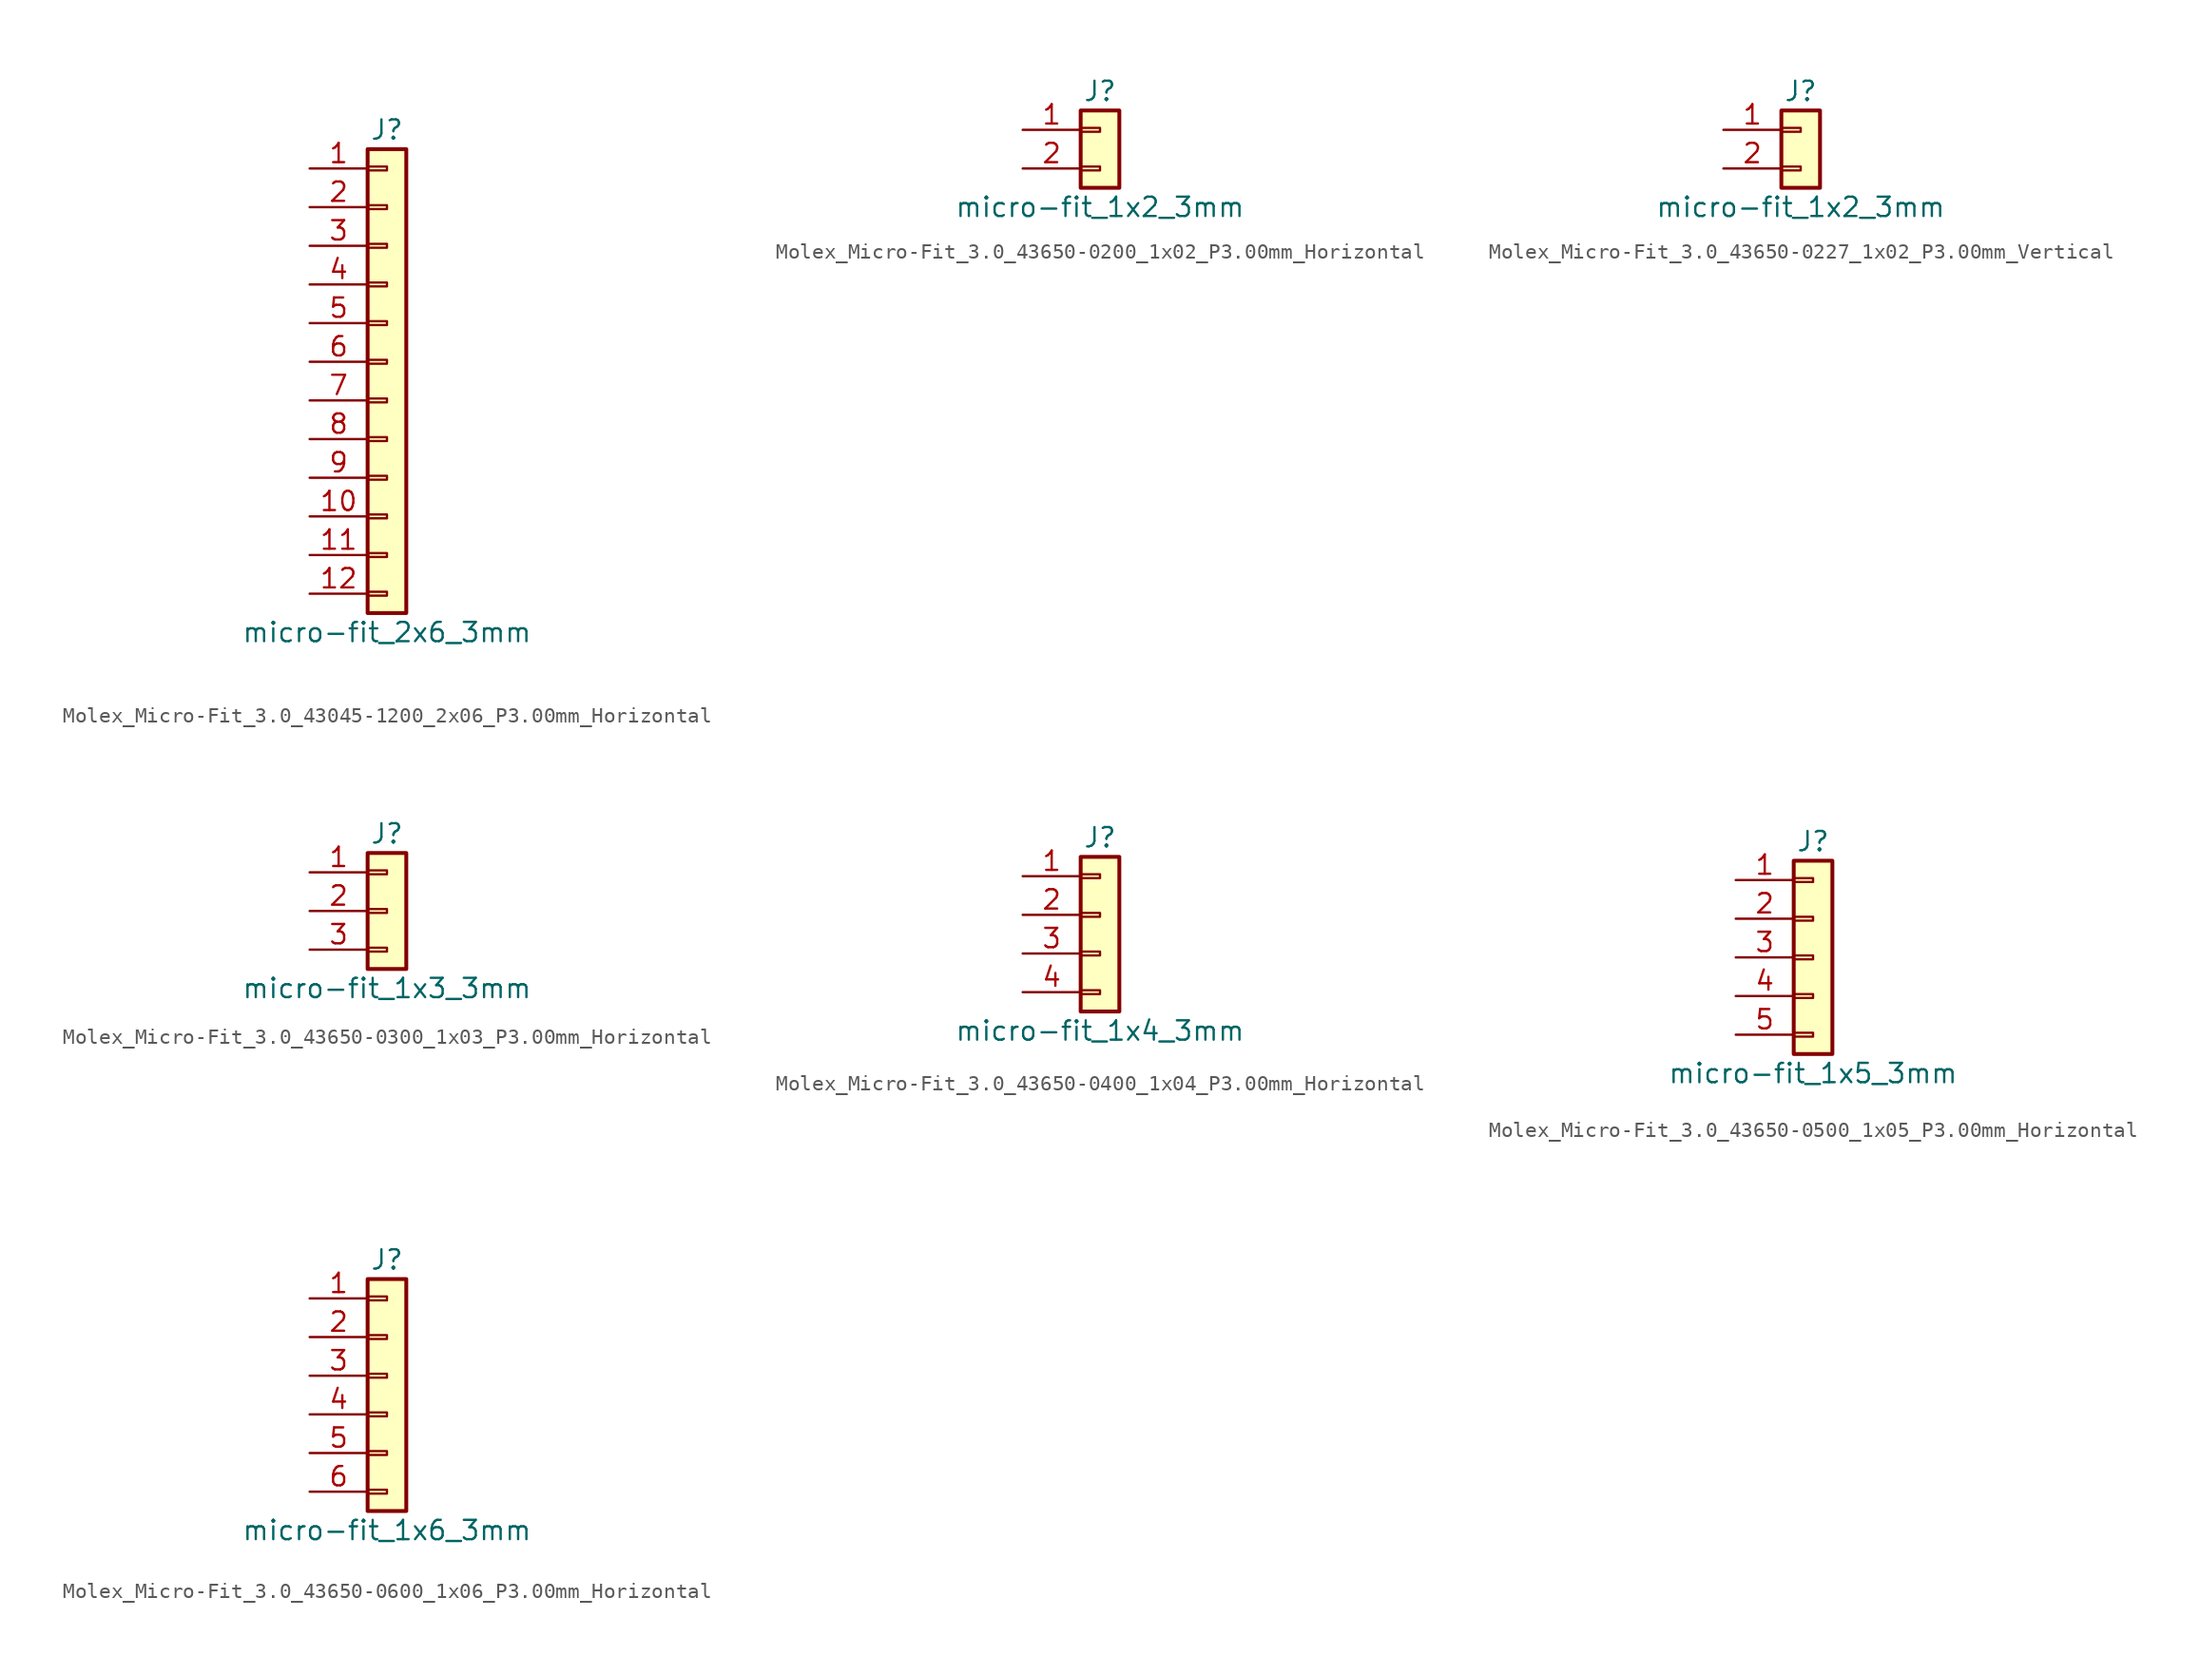
<source format=kicad_sym>
(kicad_symbol_lib
  (version 20220914)
  (generator kicad_symbol_editor)
  (symbol "Molex_Micro-Fit_3.0_43045-1200_2x06_P3.00mm_Horizontal"
    (pin_names
      (offset 1.016) hide)
    (property "Reference" "J"
      (at 0 15.24 0)
      (effects (font (size 1.27 1.27))))
    (property "Value" "micro-fit_2x6_3mm"
      (at 0 -17.78 0)
      (effects (font (size 1.27 1.27))))
    (symbol "Molex_Micro-Fit_3.0_43045-1200_2x06_P3.00mm_Horizontal_1_1"
      (rectangle (start -1.27 -15.113) (end 0 -15.367) (stroke (width 0.152) (type default)) (fill (type none)))
      (rectangle (start -1.27 -12.573) (end 0 -12.827) (stroke (width 0.152) (type default)) (fill (type none)))
      (rectangle (start -1.27 -10.033) (end 0 -10.287) (stroke (width 0.152) (type default)) (fill (type none)))
      (rectangle (start -1.27 -7.493) (end 0 -7.747) (stroke (width 0.152) (type default)) (fill (type none)))
      (rectangle (start -1.27 -4.953) (end 0 -5.207) (stroke (width 0.152) (type default)) (fill (type none)))
      (rectangle (start -1.27 -2.413) (end 0 -2.667) (stroke (width 0.152) (type default)) (fill (type none)))
      (rectangle (start -1.27 0.127) (end 0 -0.127) (stroke (width 0.152) (type default)) (fill (type none)))
      (rectangle (start -1.27 2.667) (end 0 2.413) (stroke (width 0.152) (type default)) (fill (type none)))
      (rectangle (start -1.27 5.207) (end 0 4.953) (stroke (width 0.152) (type default)) (fill (type none)))
      (rectangle (start -1.27 7.747) (end 0 7.493) (stroke (width 0.152) (type default)) (fill (type none)))
      (rectangle (start -1.27 10.287) (end 0 10.033) (stroke (width 0.152) (type default)) (fill (type none)))
      (rectangle (start -1.27 12.827) (end 0 12.573) (stroke (width 0.152) (type default)) (fill (type none)))
      (rectangle (start -1.27 13.97) (end 1.27 -16.51) (stroke (width 0.254) (type default)) (fill (type background)))
      (pin passive line (at -5.08 12.7 0) (length 3.81) (name "Pin_1" (effects (font (size 1.27 1.27)))) (number "1" (effects (font (size 1.27 1.27)))))
      (pin passive line (at -5.08 -10.16 0) (length 3.81) (name "Pin_10" (effects (font (size 1.27 1.27)))) (number "10" (effects (font (size 1.27 1.27)))))
      (pin passive line (at -5.08 -12.7 0) (length 3.81) (name "Pin_11" (effects (font (size 1.27 1.27)))) (number "11" (effects (font (size 1.27 1.27)))))
      (pin passive line (at -5.08 -15.24 0) (length 3.81) (name "Pin_12" (effects (font (size 1.27 1.27)))) (number "12" (effects (font (size 1.27 1.27)))))
      (pin passive line (at -5.08 10.16 0) (length 3.81) (name "Pin_2" (effects (font (size 1.27 1.27)))) (number "2" (effects (font (size 1.27 1.27)))))
      (pin passive line (at -5.08 7.62 0) (length 3.81) (name "Pin_3" (effects (font (size 1.27 1.27)))) (number "3" (effects (font (size 1.27 1.27)))))
      (pin passive line (at -5.08 5.08 0) (length 3.81) (name "Pin_4" (effects (font (size 1.27 1.27)))) (number "4" (effects (font (size 1.27 1.27)))))
      (pin passive line (at -5.08 2.54 0) (length 3.81) (name "Pin_5" (effects (font (size 1.27 1.27)))) (number "5" (effects (font (size 1.27 1.27)))))
      (pin passive line (at -5.08 0 0) (length 3.81) (name "Pin_6" (effects (font (size 1.27 1.27)))) (number "6" (effects (font (size 1.27 1.27)))))
      (pin passive line (at -5.08 -2.54 0) (length 3.81) (name "Pin_7" (effects (font (size 1.27 1.27)))) (number "7" (effects (font (size 1.27 1.27)))))
      (pin passive line (at -5.08 -5.08 0) (length 3.81) (name "Pin_8" (effects (font (size 1.27 1.27)))) (number "8" (effects (font (size 1.27 1.27)))))
      (pin passive line (at -5.08 -7.62 0) (length 3.81) (name "Pin_9" (effects (font (size 1.27 1.27)))) (number "9" (effects (font (size 1.27 1.27)))))))
  (symbol "Molex_Micro-Fit_3.0_43650-0200_1x02_P3.00mm_Horizontal"
    (pin_names
      (offset 1.016) hide)
    (property "Reference" "J"
      (at 0 2.54 0)
      (effects (font (size 1.27 1.27))))
    (property "Value" "micro-fit_1x2_3mm"
      (at 0 -5.08 0)
      (effects (font (size 1.27 1.27))))
    (symbol "Molex_Micro-Fit_3.0_43650-0200_1x02_P3.00mm_Horizontal_1_1"
      (rectangle (start -1.27 -2.413) (end 0 -2.667) (stroke (width 0.152) (type default)) (fill (type none)))
      (rectangle (start -1.27 0.127) (end 0 -0.127) (stroke (width 0.152) (type default)) (fill (type none)))
      (rectangle (start -1.27 1.27) (end 1.27 -3.81) (stroke (width 0.254) (type default)) (fill (type background)))
      (pin passive line (at -5.08 0 0) (length 3.81) (name "Pin_1" (effects (font (size 1.27 1.27)))) (number "1" (effects (font (size 1.27 1.27)))))
      (pin passive line (at -5.08 -2.54 0) (length 3.81) (name "Pin_2" (effects (font (size 1.27 1.27)))) (number "2" (effects (font (size 1.27 1.27)))))))
  (symbol "Molex_Micro-Fit_3.0_43650-0227_1x02_P3.00mm_Vertical"
    (pin_names
      (offset 1.016) hide)
    (property "Reference" "J"
      (at 0 2.54 0)
      (effects (font (size 1.27 1.27))))
    (property "Value" "micro-fit_1x2_3mm"
      (at 0 -5.08 0)
      (effects (font (size 1.27 1.27))))
    (symbol "Molex_Micro-Fit_3.0_43650-0227_1x02_P3.00mm_Vertical_1_1"
      (rectangle (start -1.27 -2.413) (end 0 -2.667) (stroke (width 0.152) (type default)) (fill (type none)))
      (rectangle (start -1.27 0.127) (end 0 -0.127) (stroke (width 0.152) (type default)) (fill (type none)))
      (rectangle (start -1.27 1.27) (end 1.27 -3.81) (stroke (width 0.254) (type default)) (fill (type background)))
      (pin passive line (at -5.08 0 0) (length 3.81) (name "Pin_1" (effects (font (size 1.27 1.27)))) (number "1" (effects (font (size 1.27 1.27)))))
      (pin passive line (at -5.08 -2.54 0) (length 3.81) (name "Pin_2" (effects (font (size 1.27 1.27)))) (number "2" (effects (font (size 1.27 1.27)))))))
  (symbol "Molex_Micro-Fit_3.0_43650-0300_1x03_P3.00mm_Horizontal"
    (pin_names
      (offset 1.016) hide)
    (property "Reference" "J"
      (at 0 5.08 0)
      (effects (font (size 1.27 1.27))))
    (property "Value" "micro-fit_1x3_3mm"
      (at 0 -5.08 0)
      (effects (font (size 1.27 1.27))))
    (symbol "Molex_Micro-Fit_3.0_43650-0300_1x03_P3.00mm_Horizontal_1_1"
      (rectangle (start -1.27 -2.413) (end 0 -2.667) (stroke (width 0.152) (type default)) (fill (type none)))
      (rectangle (start -1.27 0.127) (end 0 -0.127) (stroke (width 0.152) (type default)) (fill (type none)))
      (rectangle (start -1.27 2.667) (end 0 2.413) (stroke (width 0.152) (type default)) (fill (type none)))
      (rectangle (start -1.27 3.81) (end 1.27 -3.81) (stroke (width 0.254) (type default)) (fill (type background)))
      (pin passive line (at -5.08 2.54 0) (length 3.81) (name "Pin_1" (effects (font (size 1.27 1.27)))) (number "1" (effects (font (size 1.27 1.27)))))
      (pin passive line (at -5.08 0 0) (length 3.81) (name "Pin_2" (effects (font (size 1.27 1.27)))) (number "2" (effects (font (size 1.27 1.27)))))
      (pin passive line (at -5.08 -2.54 0) (length 3.81) (name "Pin_3" (effects (font (size 1.27 1.27)))) (number "3" (effects (font (size 1.27 1.27)))))))
  (symbol "Molex_Micro-Fit_3.0_43650-0400_1x04_P3.00mm_Horizontal"
    (pin_names
      (offset 1.016) hide)
    (property "Reference" "J"
      (at 0 5.08 0)
      (effects (font (size 1.27 1.27))))
    (property "Value" "micro-fit_1x4_3mm"
      (at 0 -7.62 0)
      (effects (font (size 1.27 1.27))))
    (symbol "Molex_Micro-Fit_3.0_43650-0400_1x04_P3.00mm_Horizontal_1_1"
      (rectangle (start -1.27 -4.953) (end 0 -5.207) (stroke (width 0.152) (type default)) (fill (type none)))
      (rectangle (start -1.27 -2.413) (end 0 -2.667) (stroke (width 0.152) (type default)) (fill (type none)))
      (rectangle (start -1.27 0.127) (end 0 -0.127) (stroke (width 0.152) (type default)) (fill (type none)))
      (rectangle (start -1.27 2.667) (end 0 2.413) (stroke (width 0.152) (type default)) (fill (type none)))
      (rectangle (start -1.27 3.81) (end 1.27 -6.35) (stroke (width 0.254) (type default)) (fill (type background)))
      (pin passive line (at -5.08 2.54 0) (length 3.81) (name "Pin_1" (effects (font (size 1.27 1.27)))) (number "1" (effects (font (size 1.27 1.27)))))
      (pin passive line (at -5.08 0 0) (length 3.81) (name "Pin_2" (effects (font (size 1.27 1.27)))) (number "2" (effects (font (size 1.27 1.27)))))
      (pin passive line (at -5.08 -2.54 0) (length 3.81) (name "Pin_3" (effects (font (size 1.27 1.27)))) (number "3" (effects (font (size 1.27 1.27)))))
      (pin passive line (at -5.08 -5.08 0) (length 3.81) (name "Pin_4" (effects (font (size 1.27 1.27)))) (number "4" (effects (font (size 1.27 1.27)))))))
  (symbol "Molex_Micro-Fit_3.0_43650-0500_1x05_P3.00mm_Horizontal"
    (pin_names
      (offset 1.016) hide)
    (property "Reference" "J"
      (at 0 7.62 0)
      (effects (font (size 1.27 1.27))))
    (property "Value" "micro-fit_1x5_3mm"
      (at 0 -7.62 0)
      (effects (font (size 1.27 1.27))))
    (symbol "Molex_Micro-Fit_3.0_43650-0500_1x05_P3.00mm_Horizontal_1_1"
      (rectangle (start -1.27 -4.953) (end 0 -5.207) (stroke (width 0.152) (type default)) (fill (type none)))
      (rectangle (start -1.27 -2.413) (end 0 -2.667) (stroke (width 0.152) (type default)) (fill (type none)))
      (rectangle (start -1.27 0.127) (end 0 -0.127) (stroke (width 0.152) (type default)) (fill (type none)))
      (rectangle (start -1.27 2.667) (end 0 2.413) (stroke (width 0.152) (type default)) (fill (type none)))
      (rectangle (start -1.27 5.207) (end 0 4.953) (stroke (width 0.152) (type default)) (fill (type none)))
      (rectangle (start -1.27 6.35) (end 1.27 -6.35) (stroke (width 0.254) (type default)) (fill (type background)))
      (pin passive line (at -5.08 5.08 0) (length 3.81) (name "Pin_1" (effects (font (size 1.27 1.27)))) (number "1" (effects (font (size 1.27 1.27)))))
      (pin passive line (at -5.08 2.54 0) (length 3.81) (name "Pin_2" (effects (font (size 1.27 1.27)))) (number "2" (effects (font (size 1.27 1.27)))))
      (pin passive line (at -5.08 0 0) (length 3.81) (name "Pin_3" (effects (font (size 1.27 1.27)))) (number "3" (effects (font (size 1.27 1.27)))))
      (pin passive line (at -5.08 -2.54 0) (length 3.81) (name "Pin_4" (effects (font (size 1.27 1.27)))) (number "4" (effects (font (size 1.27 1.27)))))
      (pin passive line (at -5.08 -5.08 0) (length 3.81) (name "Pin_5" (effects (font (size 1.27 1.27)))) (number "5" (effects (font (size 1.27 1.27)))))))
  (symbol "Molex_Micro-Fit_3.0_43650-0600_1x06_P3.00mm_Horizontal"
    (pin_names
      (offset 1.016) hide)
    (property "Reference" "J"
      (at 0 7.62 0)
      (effects (font (size 1.27 1.27))))
    (property "Value" "micro-fit_1x6_3mm"
      (at 0 -10.16 0)
      (effects (font (size 1.27 1.27))))
    (symbol "Molex_Micro-Fit_3.0_43650-0600_1x06_P3.00mm_Horizontal_1_1"
      (rectangle (start -1.27 -7.493) (end 0 -7.747) (stroke (width 0.152) (type default)) (fill (type none)))
      (rectangle (start -1.27 -4.953) (end 0 -5.207) (stroke (width 0.152) (type default)) (fill (type none)))
      (rectangle (start -1.27 -2.413) (end 0 -2.667) (stroke (width 0.152) (type default)) (fill (type none)))
      (rectangle (start -1.27 0.127) (end 0 -0.127) (stroke (width 0.152) (type default)) (fill (type none)))
      (rectangle (start -1.27 2.667) (end 0 2.413) (stroke (width 0.152) (type default)) (fill (type none)))
      (rectangle (start -1.27 5.207) (end 0 4.953) (stroke (width 0.152) (type default)) (fill (type none)))
      (rectangle (start -1.27 6.35) (end 1.27 -8.89) (stroke (width 0.254) (type default)) (fill (type background)))
      (pin passive line (at -5.08 5.08 0) (length 3.81) (name "Pin_1" (effects (font (size 1.27 1.27)))) (number "1" (effects (font (size 1.27 1.27)))))
      (pin passive line (at -5.08 2.54 0) (length 3.81) (name "Pin_2" (effects (font (size 1.27 1.27)))) (number "2" (effects (font (size 1.27 1.27)))))
      (pin passive line (at -5.08 0 0) (length 3.81) (name "Pin_3" (effects (font (size 1.27 1.27)))) (number "3" (effects (font (size 1.27 1.27)))))
      (pin passive line (at -5.08 -2.54 0) (length 3.81) (name "Pin_4" (effects (font (size 1.27 1.27)))) (number "4" (effects (font (size 1.27 1.27)))))
      (pin passive line (at -5.08 -5.08 0) (length 3.81) (name "Pin_5" (effects (font (size 1.27 1.27)))) (number "5" (effects (font (size 1.27 1.27)))))
      (pin passive line (at -5.08 -7.62 0) (length 3.81) (name "Pin_6" (effects (font (size 1.27 1.27)))) (number "6" (effects (font (size 1.27 1.27))))))))
</source>
